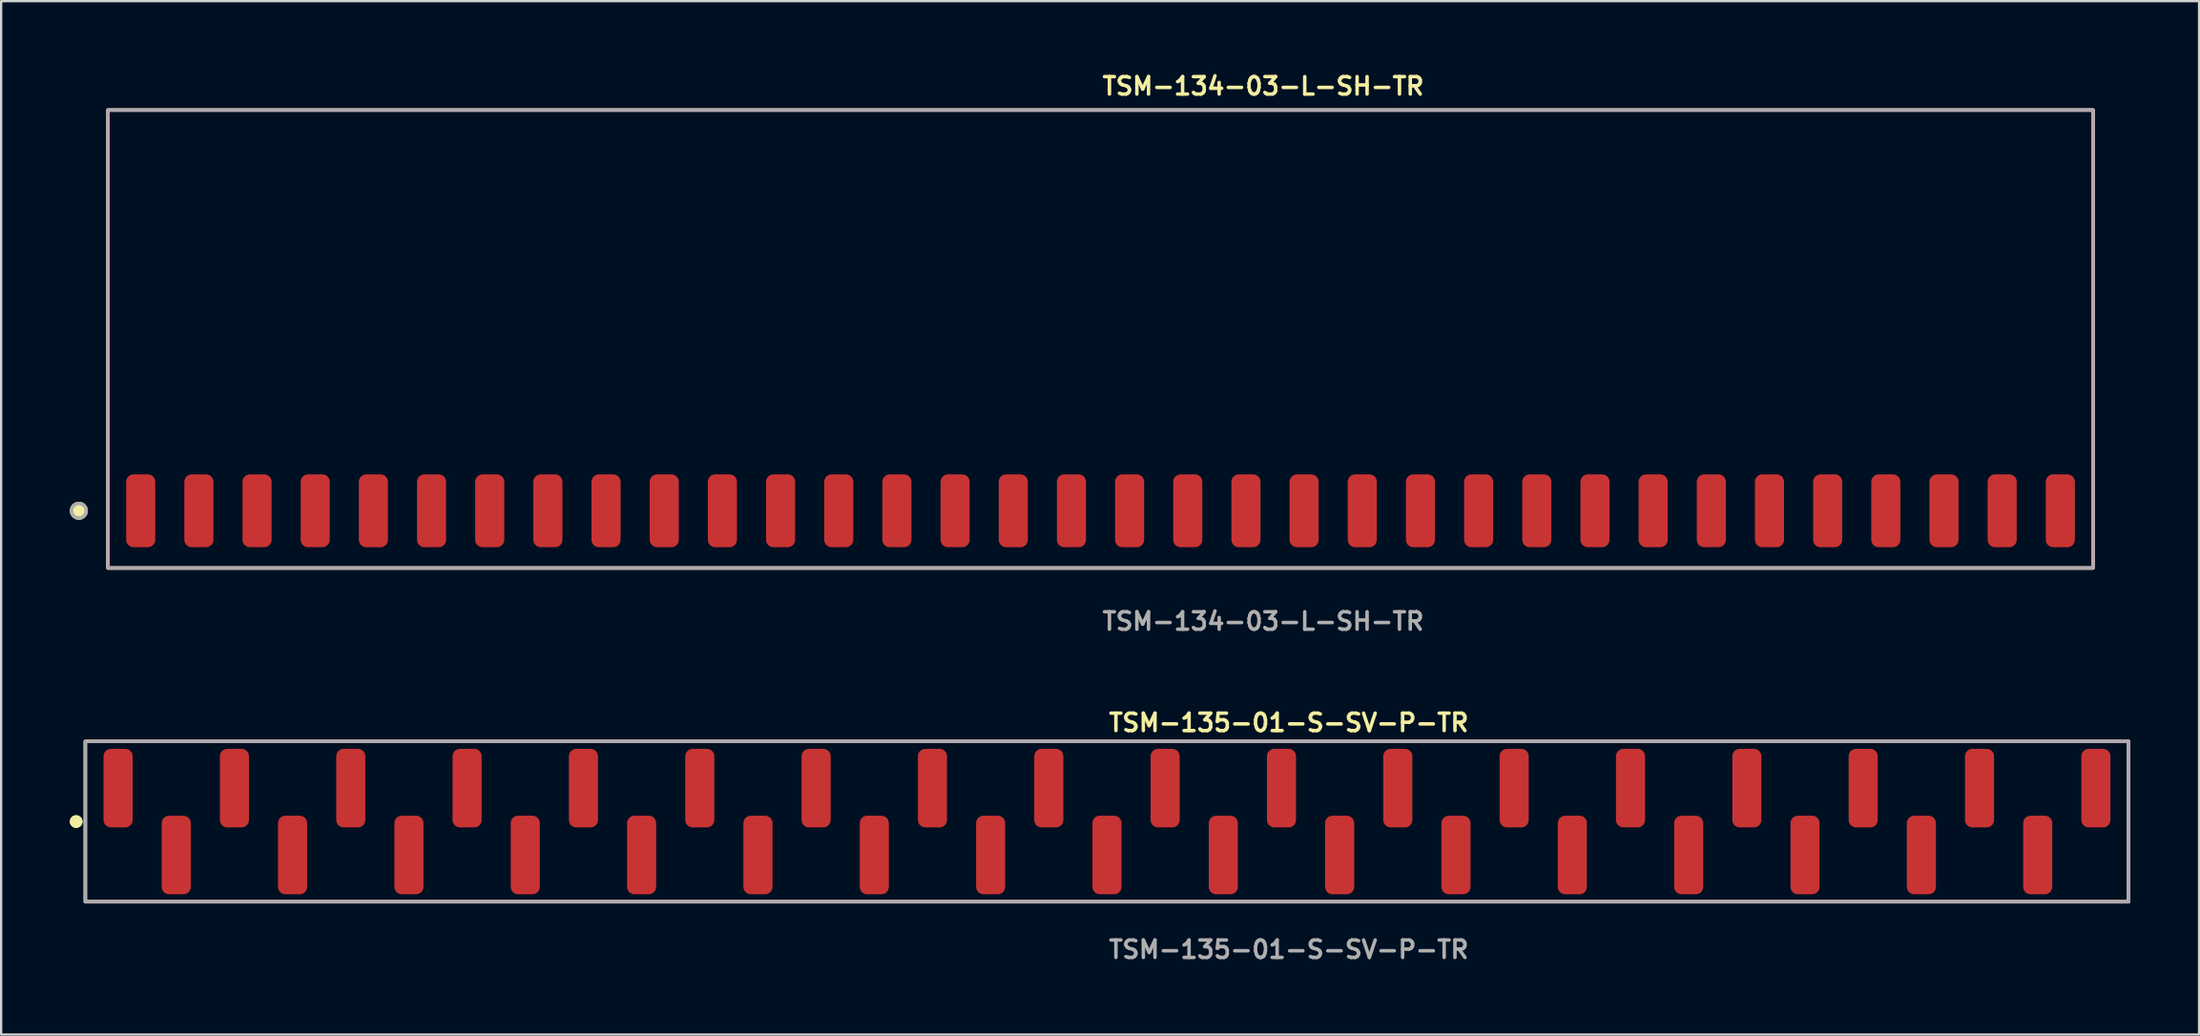
<source format=kicad_pcb>
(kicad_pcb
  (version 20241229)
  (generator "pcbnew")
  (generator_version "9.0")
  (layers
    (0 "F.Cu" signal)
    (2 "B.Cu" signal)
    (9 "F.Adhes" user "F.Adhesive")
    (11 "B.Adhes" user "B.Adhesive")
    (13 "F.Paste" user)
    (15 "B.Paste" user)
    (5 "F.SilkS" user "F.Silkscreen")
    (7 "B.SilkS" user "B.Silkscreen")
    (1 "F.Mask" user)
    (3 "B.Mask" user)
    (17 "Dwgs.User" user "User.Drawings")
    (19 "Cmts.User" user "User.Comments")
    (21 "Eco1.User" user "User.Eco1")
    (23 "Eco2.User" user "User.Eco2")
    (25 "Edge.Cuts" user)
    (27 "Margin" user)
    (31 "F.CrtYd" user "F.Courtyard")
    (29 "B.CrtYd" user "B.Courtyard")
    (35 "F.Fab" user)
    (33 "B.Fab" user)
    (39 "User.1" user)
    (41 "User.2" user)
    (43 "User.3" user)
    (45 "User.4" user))
  (footprint "TSM-135-01-S-SV-P-TR"
    (layer "F.Cu")
    (at 45.286 32.826)
    (property "Reference" "TSM-135-01-S-SV-P-TR" (at 0 -4.318 0) (unlocked yes) (layer "F.SilkS") (effects (font (size 0.762 0.762) (thickness 0.152)) (justify left)))
    (fp_rect (start -44.61 3.5) (end 44.61 -3.5) (stroke (width 0.152) (type solid)) (fill no) (layer "F.SilkS"))
    (fp_circle (center -45.01 0) (end -45.21 0) (stroke (width 0.152) (type solid)) (fill yes) (layer "F.SilkS"))
    (fp_circle (center -45.01 0) (end -45.21 0) (stroke (width 0.152) (type solid)) (fill yes) (layer "F.SilkS"))
    (fp_rect (start -44.61 3.5) (end 44.61 -3.5) (stroke (width 0.006) (type solid)) (fill no) (layer "F.CrtYd"))
    (fp_rect (start -44.61 3.5) (end 44.61 -3.5) (stroke (width 0.152) (type solid)) (fill no) (layer "F.Fab"))
    (fp_text user "${REFERENCE}" (at 0 5.588 0) (unlocked yes) (layer "F.Fab") (effects (font (size 0.762 0.762) (thickness 0.152)) (justify left)))
    (pad "1" smd roundrect (at -43.18 -1.46) (size 1.27 3.43) (layers "F.Cu" "F.Paste") (roundrect_rratio 0.25))
    (pad "2" smd roundrect (at -40.64 1.46) (size 1.27 3.43) (layers "F.Cu" "F.Paste") (roundrect_rratio 0.25))
    (pad "3" smd roundrect (at -38.1 -1.46) (size 1.27 3.43) (layers "F.Cu" "F.Paste") (roundrect_rratio 0.25))
    (pad "4" smd roundrect (at -35.56 1.46) (size 1.27 3.43) (layers "F.Cu" "F.Paste") (roundrect_rratio 0.25))
    (pad "5" smd roundrect (at -33.02 -1.46) (size 1.27 3.43) (layers "F.Cu" "F.Paste") (roundrect_rratio 0.25))
    (pad "6" smd roundrect (at -30.48 1.46) (size 1.27 3.43) (layers "F.Cu" "F.Paste") (roundrect_rratio 0.25))
    (pad "7" smd roundrect (at -27.94 -1.46) (size 1.27 3.43) (layers "F.Cu" "F.Paste") (roundrect_rratio 0.25))
    (pad "8" smd roundrect (at -25.4 1.46) (size 1.27 3.43) (layers "F.Cu" "F.Paste") (roundrect_rratio 0.25))
    (pad "9" smd roundrect (at -22.86 -1.46) (size 1.27 3.43) (layers "F.Cu" "F.Paste") (roundrect_rratio 0.25))
    (pad "10" smd roundrect (at -20.32 1.46) (size 1.27 3.43) (layers "F.Cu" "F.Paste") (roundrect_rratio 0.25))
    (pad "11" smd roundrect (at -17.78 -1.46) (size 1.27 3.43) (layers "F.Cu" "F.Paste") (roundrect_rratio 0.25))
    (pad "12" smd roundrect (at -15.24 1.46) (size 1.27 3.43) (layers "F.Cu" "F.Paste") (roundrect_rratio 0.25))
    (pad "13" smd roundrect (at -12.7 -1.46) (size 1.27 3.43) (layers "F.Cu" "F.Paste") (roundrect_rratio 0.25))
    (pad "14" smd roundrect (at -10.16 1.46) (size 1.27 3.43) (layers "F.Cu" "F.Paste") (roundrect_rratio 0.25))
    (pad "15" smd roundrect (at -7.62 -1.46) (size 1.27 3.43) (layers "F.Cu" "F.Paste") (roundrect_rratio 0.25))
    (pad "16" smd roundrect (at -5.08 1.46) (size 1.27 3.43) (layers "F.Cu" "F.Paste") (roundrect_rratio 0.25))
    (pad "17" smd roundrect (at -2.54 -1.46) (size 1.27 3.43) (layers "F.Cu" "F.Paste") (roundrect_rratio 0.25))
    (pad "18" smd roundrect (at 0 1.46) (size 1.27 3.43) (layers "F.Cu" "F.Paste") (roundrect_rratio 0.25))
    (pad "19" smd roundrect (at 2.54 -1.46) (size 1.27 3.43) (layers "F.Cu" "F.Paste") (roundrect_rratio 0.25))
    (pad "20" smd roundrect (at 5.08 1.46) (size 1.27 3.43) (layers "F.Cu" "F.Paste") (roundrect_rratio 0.25))
    (pad "21" smd roundrect (at 7.62 -1.46) (size 1.27 3.43) (layers "F.Cu" "F.Paste") (roundrect_rratio 0.25))
    (pad "22" smd roundrect (at 10.16 1.46) (size 1.27 3.43) (layers "F.Cu" "F.Paste") (roundrect_rratio 0.25))
    (pad "23" smd roundrect (at 12.7 -1.46) (size 1.27 3.43) (layers "F.Cu" "F.Paste") (roundrect_rratio 0.25))
    (pad "24" smd roundrect (at 15.24 1.46) (size 1.27 3.43) (layers "F.Cu" "F.Paste") (roundrect_rratio 0.25))
    (pad "25" smd roundrect (at 17.78 -1.46) (size 1.27 3.43) (layers "F.Cu" "F.Paste") (roundrect_rratio 0.25))
    (pad "26" smd roundrect (at 20.32 1.46) (size 1.27 3.43) (layers "F.Cu" "F.Paste") (roundrect_rratio 0.25))
    (pad "27" smd roundrect (at 22.86 -1.46) (size 1.27 3.43) (layers "F.Cu" "F.Paste") (roundrect_rratio 0.25))
    (pad "28" smd roundrect (at 25.4 1.46) (size 1.27 3.43) (layers "F.Cu" "F.Paste") (roundrect_rratio 0.25))
    (pad "29" smd roundrect (at 27.94 -1.46) (size 1.27 3.43) (layers "F.Cu" "F.Paste") (roundrect_rratio 0.25))
    (pad "30" smd roundrect (at 30.48 1.46) (size 1.27 3.43) (layers "F.Cu" "F.Paste") (roundrect_rratio 0.25))
    (pad "31" smd roundrect (at 33.02 -1.46) (size 1.27 3.43) (layers "F.Cu" "F.Paste") (roundrect_rratio 0.25))
    (pad "32" smd roundrect (at 35.56 1.46) (size 1.27 3.43) (layers "F.Cu" "F.Paste") (roundrect_rratio 0.25))
    (pad "33" smd roundrect (at 38.1 -1.46) (size 1.27 3.43) (layers "F.Cu" "F.Paste") (roundrect_rratio 0.25))
    (pad "34" smd roundrect (at 40.64 1.46) (size 1.27 3.43) (layers "F.Cu" "F.Paste") (roundrect_rratio 0.25))
    (pad "35" smd roundrect (at 43.18 -1.46) (size 1.27 3.43) (layers "F.Cu" "F.Paste") (roundrect_rratio 0.25)))
  (footprint "TSM-134-03-L-SH-TR"
    (layer "F.Cu")
    (at 45.004 19.255)
    (property "Reference" "TSM-134-03-L-SH-TR" (at 0 -18.542 0) (unlocked yes) (layer "F.SilkS") (effects (font (size 0.762 0.762) (thickness 0.152)) (justify left)))
    (fp_rect (start -43.34 2.5) (end 43.34 -17.5) (stroke (width 0.152) (type solid)) (fill no) (layer "F.SilkS"))
    (fp_circle (center -44.61 0) (end -44.928 0) (stroke (width 0.152) (type solid)) (fill yes) (layer "F.SilkS"))
    (fp_rect (start -43.34 2.5) (end 43.34 -17.5) (stroke (width 0.006) (type solid)) (fill no) (layer "F.CrtYd"))
    (fp_rect (start -43.34 2.5) (end 43.34 -17.5) (stroke (width 0.152) (type solid)) (fill no) (layer "F.Fab"))
    (fp_circle (center -44.61 0) (end -44.928 0) (stroke (width 0.152) (type solid)) (fill no) (layer "F.Fab"))
    (fp_text user "${REFERENCE}" (at 0 4.826 0) (unlocked yes) (layer "F.Fab") (effects (font (size 0.762 0.762) (thickness 0.152)) (justify left)))
    (pad "1" smd roundrect (at -41.91 0) (size 1.27 3.18) (layers "F.Cu" "F.Paste") (roundrect_rratio 0.25))
    (pad "2" smd roundrect (at -39.37 0) (size 1.27 3.18) (layers "F.Cu" "F.Paste") (roundrect_rratio 0.25))
    (pad "3" smd roundrect (at -36.83 0) (size 1.27 3.18) (layers "F.Cu" "F.Paste") (roundrect_rratio 0.25))
    (pad "4" smd roundrect (at -34.29 0) (size 1.27 3.18) (layers "F.Cu" "F.Paste") (roundrect_rratio 0.25))
    (pad "5" smd roundrect (at -31.75 0) (size 1.27 3.18) (layers "F.Cu" "F.Paste") (roundrect_rratio 0.25))
    (pad "6" smd roundrect (at -29.21 0) (size 1.27 3.18) (layers "F.Cu" "F.Paste") (roundrect_rratio 0.25))
    (pad "7" smd roundrect (at -26.67 0) (size 1.27 3.18) (layers "F.Cu" "F.Paste") (roundrect_rratio 0.25))
    (pad "8" smd roundrect (at -24.13 0) (size 1.27 3.18) (layers "F.Cu" "F.Paste") (roundrect_rratio 0.25))
    (pad "9" smd roundrect (at -21.59 0) (size 1.27 3.18) (layers "F.Cu" "F.Paste") (roundrect_rratio 0.25))
    (pad "10" smd roundrect (at -19.05 0) (size 1.27 3.18) (layers "F.Cu" "F.Paste") (roundrect_rratio 0.25))
    (pad "11" smd roundrect (at -16.51 0) (size 1.27 3.18) (layers "F.Cu" "F.Paste") (roundrect_rratio 0.25))
    (pad "12" smd roundrect (at -13.97 0) (size 1.27 3.18) (layers "F.Cu" "F.Paste") (roundrect_rratio 0.25))
    (pad "13" smd roundrect (at -11.43 0) (size 1.27 3.18) (layers "F.Cu" "F.Paste") (roundrect_rratio 0.25))
    (pad "14" smd roundrect (at -8.89 0) (size 1.27 3.18) (layers "F.Cu" "F.Paste") (roundrect_rratio 0.25))
    (pad "15" smd roundrect (at -6.35 0) (size 1.27 3.18) (layers "F.Cu" "F.Paste") (roundrect_rratio 0.25))
    (pad "16" smd roundrect (at -3.81 0) (size 1.27 3.18) (layers "F.Cu" "F.Paste") (roundrect_rratio 0.25))
    (pad "17" smd roundrect (at -1.27 0) (size 1.27 3.18) (layers "F.Cu" "F.Paste") (roundrect_rratio 0.25))
    (pad "18" smd roundrect (at 1.27 0) (size 1.27 3.18) (layers "F.Cu" "F.Paste") (roundrect_rratio 0.25))
    (pad "19" smd roundrect (at 3.81 0) (size 1.27 3.18) (layers "F.Cu" "F.Paste") (roundrect_rratio 0.25))
    (pad "20" smd roundrect (at 6.35 0) (size 1.27 3.18) (layers "F.Cu" "F.Paste") (roundrect_rratio 0.25))
    (pad "21" smd roundrect (at 8.89 0) (size 1.27 3.18) (layers "F.Cu" "F.Paste") (roundrect_rratio 0.25))
    (pad "22" smd roundrect (at 11.43 0) (size 1.27 3.18) (layers "F.Cu" "F.Paste") (roundrect_rratio 0.25))
    (pad "23" smd roundrect (at 13.97 0) (size 1.27 3.18) (layers "F.Cu" "F.Paste") (roundrect_rratio 0.25))
    (pad "24" smd roundrect (at 16.51 0) (size 1.27 3.18) (layers "F.Cu" "F.Paste") (roundrect_rratio 0.25))
    (pad "25" smd roundrect (at 19.05 0) (size 1.27 3.18) (layers "F.Cu" "F.Paste") (roundrect_rratio 0.25))
    (pad "26" smd roundrect (at 21.59 0) (size 1.27 3.18) (layers "F.Cu" "F.Paste") (roundrect_rratio 0.25))
    (pad "27" smd roundrect (at 24.13 0) (size 1.27 3.18) (layers "F.Cu" "F.Paste") (roundrect_rratio 0.25))
    (pad "28" smd roundrect (at 26.67 0) (size 1.27 3.18) (layers "F.Cu" "F.Paste") (roundrect_rratio 0.25))
    (pad "29" smd roundrect (at 29.21 0) (size 1.27 3.18) (layers "F.Cu" "F.Paste") (roundrect_rratio 0.25))
    (pad "30" smd roundrect (at 31.75 0) (size 1.27 3.18) (layers "F.Cu" "F.Paste") (roundrect_rratio 0.25))
    (pad "31" smd roundrect (at 34.29 0) (size 1.27 3.18) (layers "F.Cu" "F.Paste") (roundrect_rratio 0.25))
    (pad "32" smd roundrect (at 36.83 0) (size 1.27 3.18) (layers "F.Cu" "F.Paste") (roundrect_rratio 0.25))
    (pad "33" smd roundrect (at 39.37 0) (size 1.27 3.18) (layers "F.Cu" "F.Paste") (roundrect_rratio 0.25))
    (pad "34" smd roundrect (at 41.91 0) (size 1.27 3.18) (layers "F.Cu" "F.Paste") (roundrect_rratio 0.25)))
  (gr_rect
    (start -3 -3)
    (end 92.972 42.127)
    (stroke (width 0.1) (type default))
    (fill no)
    (layer "Edge.Cuts")))
</source>
